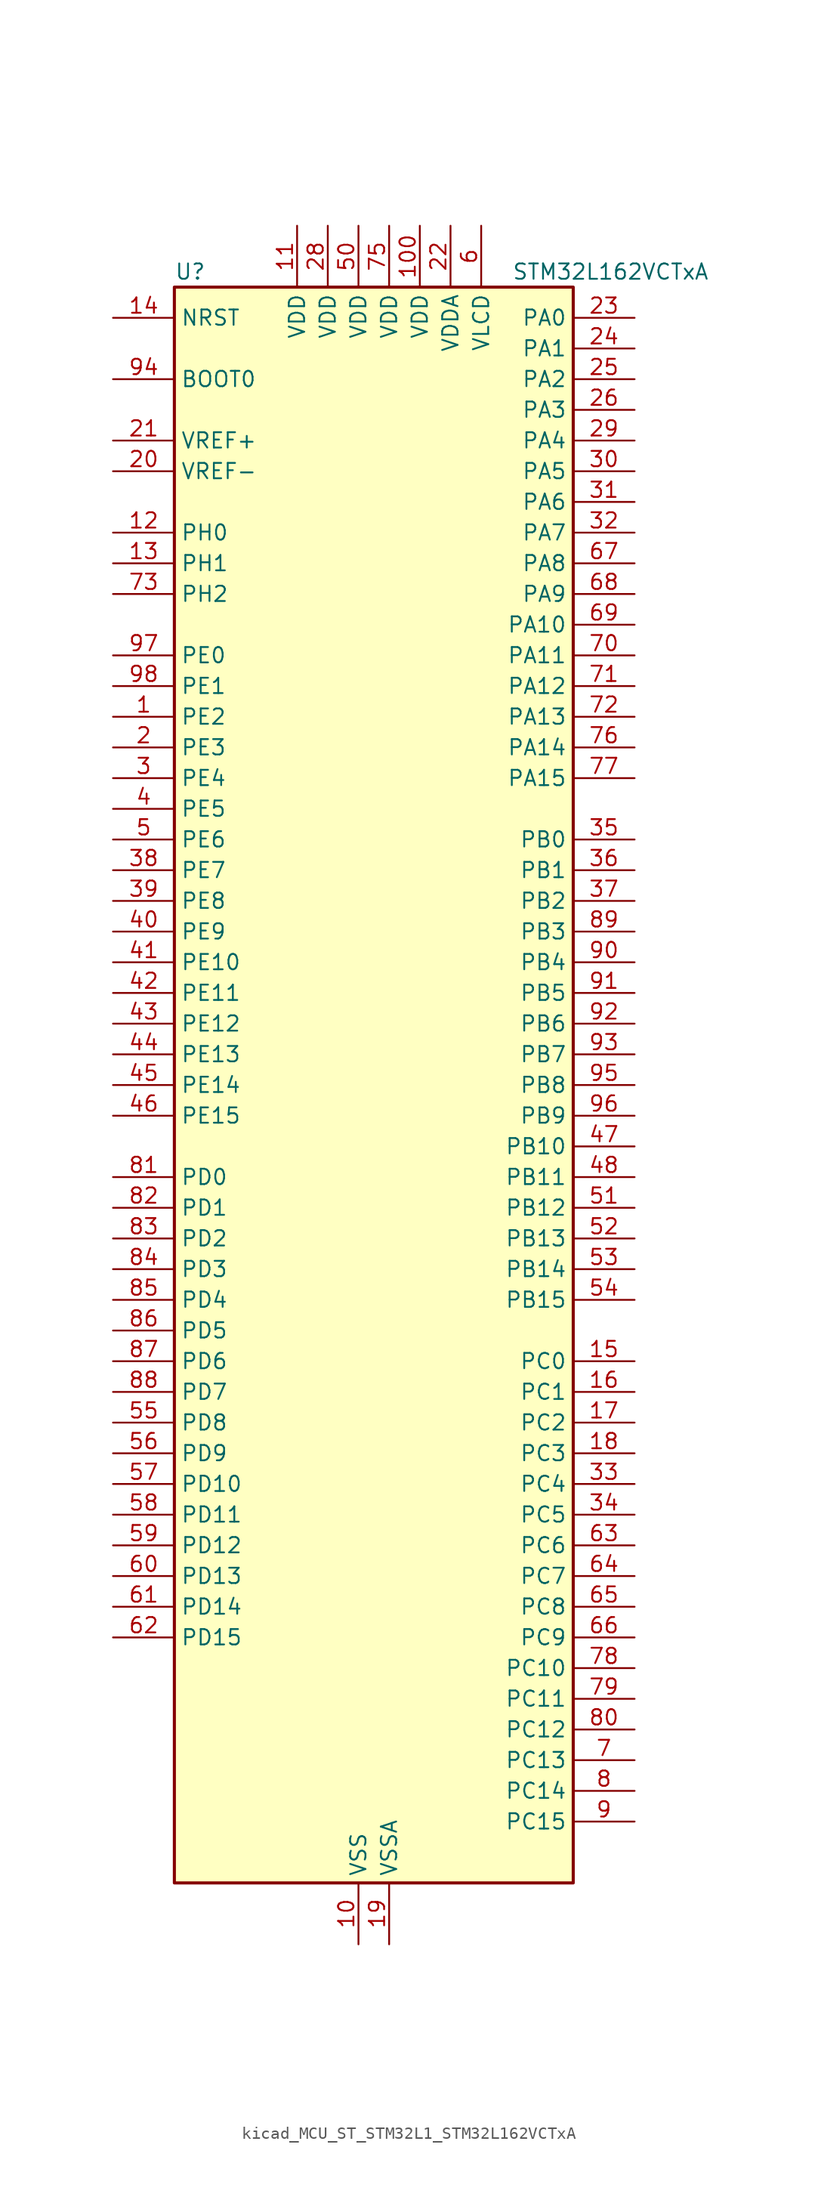
<source format=kicad_sym>
(kicad_symbol_lib
  (version 20220914)
  (generator kicad_symbol_editor)
  (symbol "kicad_MCU_ST_STM32L1_STM32L162VCTxA"
    (property "Reference" "U"
      (at -15.24 67.31 0)
      (effects (font (size 1.27 1.27)) (justify left)))
    (property "Value" "STM32L162VCTxA"
      (at 12.7 67.31 0)
      (effects (font (size 1.27 1.27)) (justify left)))
    (property "ki_locked" ""
      (at 0 0 0)
      (effects (font (size 1.27 1.27))))
    (symbol "kicad_MCU_ST_STM32L1_STM32L162VCTxA_0_1"
      (rectangle (start -15.24 -66.04) (end 17.78 66.04) (stroke (width 0.254) (type default)) (fill (type background))))
    (symbol "kicad_MCU_ST_STM32L1_STM32L162VCTxA_1_1"
      (pin bidirectional line (at -20.32 30.48 0) (length 5.08) (name "PE2" (effects (font (size 1.27 1.27)))) (number "1" (effects (font (size 1.27 1.27)))) (alternate "LCD_SEG38" bidirectional line) (alternate "SYS_TRACECK" bidirectional line) (alternate "TIM3_ETR" bidirectional line) (alternate "TIMX_IC3" bidirectional line))
      (pin power_in line (at 0 -71.12 90) (length 5.08) (name "VSS" (effects (font (size 1.27 1.27)))) (number "10" (effects (font (size 1.27 1.27)))))
      (pin power_in line (at 5.08 71.12 270) (length 5.08) (name "VDD" (effects (font (size 1.27 1.27)))) (number "100" (effects (font (size 1.27 1.27)))))
      (pin power_in line (at -5.08 71.12 270) (length 5.08) (name "VDD" (effects (font (size 1.27 1.27)))) (number "11" (effects (font (size 1.27 1.27)))))
      (pin bidirectional line (at -20.32 45.72 0) (length 5.08) (name "PH0" (effects (font (size 1.27 1.27)))) (number "12" (effects (font (size 1.27 1.27)))) (alternate "RCC_OSC_IN" bidirectional line))
      (pin bidirectional line (at -20.32 43.18 0) (length 5.08) (name "PH1" (effects (font (size 1.27 1.27)))) (number "13" (effects (font (size 1.27 1.27)))) (alternate "RCC_OSC_OUT" bidirectional line))
      (pin input line (at -20.32 63.5 0) (length 5.08) (name "NRST" (effects (font (size 1.27 1.27)))) (number "14" (effects (font (size 1.27 1.27)))))
      (pin bidirectional line (at 22.86 -22.86 180) (length 5.08) (name "PC0" (effects (font (size 1.27 1.27)))) (number "15" (effects (font (size 1.27 1.27)))) (alternate "ADC_IN10" bidirectional line) (alternate "COMP1_INP" bidirectional line) (alternate "LCD_SEG18" bidirectional line) (alternate "TIMX_IC1" bidirectional line) (alternate "TS_G8_IO1" bidirectional line))
      (pin bidirectional line (at 22.86 -25.4 180) (length 5.08) (name "PC1" (effects (font (size 1.27 1.27)))) (number "16" (effects (font (size 1.27 1.27)))) (alternate "ADC_IN11" bidirectional line) (alternate "COMP1_INP" bidirectional line) (alternate "LCD_SEG19" bidirectional line) (alternate "TIMX_IC2" bidirectional line) (alternate "TS_G8_IO2" bidirectional line))
      (pin bidirectional line (at 22.86 -27.94 180) (length 5.08) (name "PC2" (effects (font (size 1.27 1.27)))) (number "17" (effects (font (size 1.27 1.27)))) (alternate "ADC_IN12" bidirectional line) (alternate "COMP1_INP" bidirectional line) (alternate "LCD_SEG20" bidirectional line) (alternate "TIMX_IC3" bidirectional line) (alternate "TS_G8_IO3" bidirectional line))
      (pin bidirectional line (at 22.86 -30.48 180) (length 5.08) (name "PC3" (effects (font (size 1.27 1.27)))) (number "18" (effects (font (size 1.27 1.27)))) (alternate "ADC_IN13" bidirectional line) (alternate "COMP1_INP" bidirectional line) (alternate "LCD_SEG21" bidirectional line) (alternate "TIMX_IC4" bidirectional line) (alternate "TS_G8_IO4" bidirectional line))
      (pin power_in line (at 2.54 -71.12 90) (length 5.08) (name "VSSA" (effects (font (size 1.27 1.27)))) (number "19" (effects (font (size 1.27 1.27)))))
      (pin bidirectional line (at -20.32 27.94 0) (length 5.08) (name "PE3" (effects (font (size 1.27 1.27)))) (number "2" (effects (font (size 1.27 1.27)))) (alternate "LCD_SEG39" bidirectional line) (alternate "SYS_TRACED0" bidirectional line) (alternate "TIM3_CH1" bidirectional line) (alternate "TIMX_IC4" bidirectional line))
      (pin input line (at -20.32 50.8 0) (length 5.08) (name "VREF-" (effects (font (size 1.27 1.27)))) (number "20" (effects (font (size 1.27 1.27)))))
      (pin input line (at -20.32 53.34 0) (length 5.08) (name "VREF+" (effects (font (size 1.27 1.27)))) (number "21" (effects (font (size 1.27 1.27)))))
      (pin power_in line (at 7.62 71.12 270) (length 5.08) (name "VDDA" (effects (font (size 1.27 1.27)))) (number "22" (effects (font (size 1.27 1.27)))))
      (pin bidirectional line (at 22.86 63.5 180) (length 5.08) (name "PA0" (effects (font (size 1.27 1.27)))) (number "23" (effects (font (size 1.27 1.27)))) (alternate "ADC_IN0" bidirectional line) (alternate "COMP1_INP" bidirectional line) (alternate "RTC_TAMP2" bidirectional line) (alternate "SYS_WKUP1" bidirectional line) (alternate "TIM2_CH1" bidirectional line) (alternate "TIM2_ETR" bidirectional line) (alternate "TIM5_CH1" bidirectional line) (alternate "TIMX_IC1" bidirectional line) (alternate "TS_G1_IO1" bidirectional line) (alternate "USART2_CTS" bidirectional line))
      (pin bidirectional line (at 22.86 60.96 180) (length 5.08) (name "PA1" (effects (font (size 1.27 1.27)))) (number "24" (effects (font (size 1.27 1.27)))) (alternate "ADC_IN1" bidirectional line) (alternate "COMP1_INP" bidirectional line) (alternate "LCD_SEG0" bidirectional line) (alternate "OPAMP1_VINP" bidirectional line) (alternate "TIM2_CH2" bidirectional line) (alternate "TIM5_CH2" bidirectional line) (alternate "TIMX_IC2" bidirectional line) (alternate "TS_G1_IO2" bidirectional line) (alternate "USART2_RTS" bidirectional line))
      (pin bidirectional line (at 22.86 58.42 180) (length 5.08) (name "PA2" (effects (font (size 1.27 1.27)))) (number "25" (effects (font (size 1.27 1.27)))) (alternate "ADC_IN2" bidirectional line) (alternate "COMP1_INP" bidirectional line) (alternate "LCD_SEG1" bidirectional line) (alternate "OPAMP1_VINM" bidirectional line) (alternate "TIM2_CH3" bidirectional line) (alternate "TIM5_CH3" bidirectional line) (alternate "TIM9_CH1" bidirectional line) (alternate "TIMX_IC3" bidirectional line) (alternate "TS_G1_IO3" bidirectional line) (alternate "USART2_TX" bidirectional line))
      (pin bidirectional line (at 22.86 55.88 180) (length 5.08) (name "PA3" (effects (font (size 1.27 1.27)))) (number "26" (effects (font (size 1.27 1.27)))) (alternate "ADC_IN3" bidirectional line) (alternate "COMP1_INP" bidirectional line) (alternate "LCD_SEG2" bidirectional line) (alternate "OPAMP1_VOUT" bidirectional line) (alternate "TIM2_CH4" bidirectional line) (alternate "TIM5_CH4" bidirectional line) (alternate "TIM9_CH2" bidirectional line) (alternate "TIMX_IC4" bidirectional line) (alternate "TS_G1_IO4" bidirectional line) (alternate "USART2_RX" bidirectional line))
      (pin passive line (at 0 -71.12 90) (length 5.08) hide (name "VSS" (effects (font (size 1.27 1.27)))) (number "27" (effects (font (size 1.27 1.27)))))
      (pin power_in line (at -2.54 71.12 270) (length 5.08) (name "VDD" (effects (font (size 1.27 1.27)))) (number "28" (effects (font (size 1.27 1.27)))))
      (pin bidirectional line (at 22.86 53.34 180) (length 5.08) (name "PA4" (effects (font (size 1.27 1.27)))) (number "29" (effects (font (size 1.27 1.27)))) (alternate "ADC_IN4" bidirectional line) (alternate "COMP1_INP" bidirectional line) (alternate "DAC_OUT1" bidirectional line) (alternate "I2S3_WS" bidirectional line) (alternate "SPI1_NSS" bidirectional line) (alternate "SPI3_NSS" bidirectional line) (alternate "TIMX_IC1" bidirectional line) (alternate "USART2_CK" bidirectional line))
      (pin bidirectional line (at -20.32 25.4 0) (length 5.08) (name "PE4" (effects (font (size 1.27 1.27)))) (number "3" (effects (font (size 1.27 1.27)))) (alternate "SYS_TRACED1" bidirectional line) (alternate "TIM3_CH2" bidirectional line) (alternate "TIMX_IC1" bidirectional line))
      (pin bidirectional line (at 22.86 50.8 180) (length 5.08) (name "PA5" (effects (font (size 1.27 1.27)))) (number "30" (effects (font (size 1.27 1.27)))) (alternate "ADC_IN5" bidirectional line) (alternate "COMP1_INP" bidirectional line) (alternate "DAC_OUT2" bidirectional line) (alternate "SPI1_SCK" bidirectional line) (alternate "TIM2_CH1" bidirectional line) (alternate "TIM2_ETR" bidirectional line) (alternate "TIMX_IC2" bidirectional line))
      (pin bidirectional line (at 22.86 48.26 180) (length 5.08) (name "PA6" (effects (font (size 1.27 1.27)))) (number "31" (effects (font (size 1.27 1.27)))) (alternate "ADC_IN6" bidirectional line) (alternate "COMP1_INP" bidirectional line) (alternate "LCD_SEG3" bidirectional line) (alternate "OPAMP2_VINP" bidirectional line) (alternate "SPI1_MISO" bidirectional line) (alternate "TIM10_CH1" bidirectional line) (alternate "TIM3_CH1" bidirectional line) (alternate "TIMX_IC3" bidirectional line) (alternate "TS_G2_IO1" bidirectional line))
      (pin bidirectional line (at 22.86 45.72 180) (length 5.08) (name "PA7" (effects (font (size 1.27 1.27)))) (number "32" (effects (font (size 1.27 1.27)))) (alternate "ADC_IN7" bidirectional line) (alternate "COMP1_INP" bidirectional line) (alternate "LCD_SEG4" bidirectional line) (alternate "OPAMP2_VINM" bidirectional line) (alternate "SPI1_MOSI" bidirectional line) (alternate "TIM11_CH1" bidirectional line) (alternate "TIM3_CH2" bidirectional line) (alternate "TIMX_IC4" bidirectional line) (alternate "TS_G2_IO2" bidirectional line))
      (pin bidirectional line (at 22.86 -33.02 180) (length 5.08) (name "PC4" (effects (font (size 1.27 1.27)))) (number "33" (effects (font (size 1.27 1.27)))) (alternate "ADC_IN14" bidirectional line) (alternate "COMP1_INP" bidirectional line) (alternate "LCD_SEG22" bidirectional line) (alternate "TIMX_IC1" bidirectional line) (alternate "TS_G9_IO1" bidirectional line))
      (pin bidirectional line (at 22.86 -35.56 180) (length 5.08) (name "PC5" (effects (font (size 1.27 1.27)))) (number "34" (effects (font (size 1.27 1.27)))) (alternate "ADC_IN15" bidirectional line) (alternate "COMP1_INP" bidirectional line) (alternate "LCD_SEG23" bidirectional line) (alternate "TIMX_IC2" bidirectional line) (alternate "TS_G9_IO2" bidirectional line))
      (pin bidirectional line (at 22.86 20.32 180) (length 5.08) (name "PB0" (effects (font (size 1.27 1.27)))) (number "35" (effects (font (size 1.27 1.27)))) (alternate "ADC_IN8" bidirectional line) (alternate "COMP1_INP" bidirectional line) (alternate "LCD_SEG5" bidirectional line) (alternate "OPAMP2_VOUT" bidirectional line) (alternate "SYS_V_REF_OUT" bidirectional line) (alternate "TIM3_CH3" bidirectional line) (alternate "TS_G3_IO1" bidirectional line))
      (pin bidirectional line (at 22.86 17.78 180) (length 5.08) (name "PB1" (effects (font (size 1.27 1.27)))) (number "36" (effects (font (size 1.27 1.27)))) (alternate "ADC_IN9" bidirectional line) (alternate "COMP1_INP" bidirectional line) (alternate "LCD_SEG6" bidirectional line) (alternate "SYS_V_REF_OUT" bidirectional line) (alternate "TIM3_CH4" bidirectional line) (alternate "TS_G3_IO2" bidirectional line))
      (pin bidirectional line (at 22.86 15.24 180) (length 5.08) (name "PB2" (effects (font (size 1.27 1.27)))) (number "37" (effects (font (size 1.27 1.27)))) (alternate "TS_G3_IO3" bidirectional line))
      (pin bidirectional line (at -20.32 17.78 0) (length 5.08) (name "PE7" (effects (font (size 1.27 1.27)))) (number "38" (effects (font (size 1.27 1.27)))) (alternate "ADC_IN22" bidirectional line) (alternate "COMP1_INP" bidirectional line) (alternate "TIMX_IC4" bidirectional line))
      (pin bidirectional line (at -20.32 15.24 0) (length 5.08) (name "PE8" (effects (font (size 1.27 1.27)))) (number "39" (effects (font (size 1.27 1.27)))) (alternate "ADC_IN23" bidirectional line) (alternate "COMP1_INP" bidirectional line) (alternate "TIMX_IC1" bidirectional line))
      (pin bidirectional line (at -20.32 22.86 0) (length 5.08) (name "PE5" (effects (font (size 1.27 1.27)))) (number "4" (effects (font (size 1.27 1.27)))) (alternate "SYS_TRACED2" bidirectional line) (alternate "TIM9_CH1" bidirectional line) (alternate "TIMX_IC2" bidirectional line))
      (pin bidirectional line (at -20.32 12.7 0) (length 5.08) (name "PE9" (effects (font (size 1.27 1.27)))) (number "40" (effects (font (size 1.27 1.27)))) (alternate "ADC_IN24" bidirectional line) (alternate "COMP1_INP" bidirectional line) (alternate "DAC_EXTI9" bidirectional line) (alternate "TIM2_CH1" bidirectional line) (alternate "TIM2_ETR" bidirectional line) (alternate "TIMX_IC2" bidirectional line))
      (pin bidirectional line (at -20.32 10.16 0) (length 5.08) (name "PE10" (effects (font (size 1.27 1.27)))) (number "41" (effects (font (size 1.27 1.27)))) (alternate "ADC_IN25" bidirectional line) (alternate "COMP1_INP" bidirectional line) (alternate "TIM2_CH2" bidirectional line) (alternate "TIMX_IC3" bidirectional line))
      (pin bidirectional line (at -20.32 7.62 0) (length 5.08) (name "PE11" (effects (font (size 1.27 1.27)))) (number "42" (effects (font (size 1.27 1.27)))) (alternate "ADC_EXTI11" bidirectional line) (alternate "TIM2_CH3" bidirectional line) (alternate "TIMX_IC4" bidirectional line))
      (pin bidirectional line (at -20.32 5.08 0) (length 5.08) (name "PE12" (effects (font (size 1.27 1.27)))) (number "43" (effects (font (size 1.27 1.27)))) (alternate "SPI1_NSS" bidirectional line) (alternate "TIM2_CH4" bidirectional line) (alternate "TIMX_IC1" bidirectional line))
      (pin bidirectional line (at -20.32 2.54 0) (length 5.08) (name "PE13" (effects (font (size 1.27 1.27)))) (number "44" (effects (font (size 1.27 1.27)))) (alternate "SPI1_SCK" bidirectional line) (alternate "TIMX_IC2" bidirectional line))
      (pin bidirectional line (at -20.32 0 0) (length 5.08) (name "PE14" (effects (font (size 1.27 1.27)))) (number "45" (effects (font (size 1.27 1.27)))) (alternate "SPI1_MISO" bidirectional line) (alternate "TIMX_IC3" bidirectional line))
      (pin bidirectional line (at -20.32 -2.54 0) (length 5.08) (name "PE15" (effects (font (size 1.27 1.27)))) (number "46" (effects (font (size 1.27 1.27)))) (alternate "ADC_EXTI15" bidirectional line) (alternate "SPI1_MOSI" bidirectional line) (alternate "TIMX_IC4" bidirectional line))
      (pin bidirectional line (at 22.86 -5.08 180) (length 5.08) (name "PB10" (effects (font (size 1.27 1.27)))) (number "47" (effects (font (size 1.27 1.27)))) (alternate "I2C2_SCL" bidirectional line) (alternate "LCD_SEG10" bidirectional line) (alternate "TIM2_CH3" bidirectional line) (alternate "USART3_TX" bidirectional line))
      (pin bidirectional line (at 22.86 -7.62 180) (length 5.08) (name "PB11" (effects (font (size 1.27 1.27)))) (number "48" (effects (font (size 1.27 1.27)))) (alternate "ADC_EXTI11" bidirectional line) (alternate "I2C2_SDA" bidirectional line) (alternate "LCD_SEG11" bidirectional line) (alternate "TIM2_CH4" bidirectional line) (alternate "USART3_RX" bidirectional line))
      (pin passive line (at 0 -71.12 90) (length 5.08) hide (name "VSS" (effects (font (size 1.27 1.27)))) (number "49" (effects (font (size 1.27 1.27)))))
      (pin bidirectional line (at -20.32 20.32 0) (length 5.08) (name "PE6" (effects (font (size 1.27 1.27)))) (number "5" (effects (font (size 1.27 1.27)))) (alternate "RTC_TAMP3" bidirectional line) (alternate "SYS_TRACED3" bidirectional line) (alternate "SYS_WKUP3" bidirectional line) (alternate "TIM9_CH2" bidirectional line) (alternate "TIMX_IC3" bidirectional line))
      (pin power_in line (at 0 71.12 270) (length 5.08) (name "VDD" (effects (font (size 1.27 1.27)))) (number "50" (effects (font (size 1.27 1.27)))))
      (pin bidirectional line (at 22.86 -10.16 180) (length 5.08) (name "PB12" (effects (font (size 1.27 1.27)))) (number "51" (effects (font (size 1.27 1.27)))) (alternate "ADC_IN18" bidirectional line) (alternate "COMP1_INP" bidirectional line) (alternate "I2C2_SMBA" bidirectional line) (alternate "I2S2_WS" bidirectional line) (alternate "LCD_SEG12" bidirectional line) (alternate "SPI2_NSS" bidirectional line) (alternate "TIM10_CH1" bidirectional line) (alternate "TS_G7_IO1" bidirectional line) (alternate "USART3_CK" bidirectional line))
      (pin bidirectional line (at 22.86 -12.7 180) (length 5.08) (name "PB13" (effects (font (size 1.27 1.27)))) (number "52" (effects (font (size 1.27 1.27)))) (alternate "ADC_IN19" bidirectional line) (alternate "COMP1_INP" bidirectional line) (alternate "I2S2_CK" bidirectional line) (alternate "LCD_SEG13" bidirectional line) (alternate "SPI2_SCK" bidirectional line) (alternate "TIM9_CH1" bidirectional line) (alternate "TS_G7_IO2" bidirectional line) (alternate "USART3_CTS" bidirectional line))
      (pin bidirectional line (at 22.86 -15.24 180) (length 5.08) (name "PB14" (effects (font (size 1.27 1.27)))) (number "53" (effects (font (size 1.27 1.27)))) (alternate "ADC_IN20" bidirectional line) (alternate "COMP1_INP" bidirectional line) (alternate "LCD_SEG14" bidirectional line) (alternate "SPI2_MISO" bidirectional line) (alternate "TIM9_CH2" bidirectional line) (alternate "TS_G7_IO3" bidirectional line) (alternate "USART3_RTS" bidirectional line))
      (pin bidirectional line (at 22.86 -17.78 180) (length 5.08) (name "PB15" (effects (font (size 1.27 1.27)))) (number "54" (effects (font (size 1.27 1.27)))) (alternate "ADC_EXTI15" bidirectional line) (alternate "ADC_IN21" bidirectional line) (alternate "COMP1_INP" bidirectional line) (alternate "I2S2_SD" bidirectional line) (alternate "LCD_SEG15" bidirectional line) (alternate "RTC_REFIN" bidirectional line) (alternate "SPI2_MOSI" bidirectional line) (alternate "TIM11_CH1" bidirectional line) (alternate "TS_G7_IO4" bidirectional line))
      (pin bidirectional line (at -20.32 -27.94 0) (length 5.08) (name "PD8" (effects (font (size 1.27 1.27)))) (number "55" (effects (font (size 1.27 1.27)))) (alternate "LCD_SEG28" bidirectional line) (alternate "TIMX_IC1" bidirectional line) (alternate "USART3_TX" bidirectional line))
      (pin bidirectional line (at -20.32 -30.48 0) (length 5.08) (name "PD9" (effects (font (size 1.27 1.27)))) (number "56" (effects (font (size 1.27 1.27)))) (alternate "DAC_EXTI9" bidirectional line) (alternate "LCD_SEG29" bidirectional line) (alternate "TIMX_IC2" bidirectional line) (alternate "USART3_RX" bidirectional line))
      (pin bidirectional line (at -20.32 -33.02 0) (length 5.08) (name "PD10" (effects (font (size 1.27 1.27)))) (number "57" (effects (font (size 1.27 1.27)))) (alternate "LCD_SEG30" bidirectional line) (alternate "TIMX_IC3" bidirectional line) (alternate "USART3_CK" bidirectional line))
      (pin bidirectional line (at -20.32 -35.56 0) (length 5.08) (name "PD11" (effects (font (size 1.27 1.27)))) (number "58" (effects (font (size 1.27 1.27)))) (alternate "ADC_EXTI11" bidirectional line) (alternate "LCD_SEG31" bidirectional line) (alternate "TIMX_IC4" bidirectional line) (alternate "USART3_CTS" bidirectional line))
      (pin bidirectional line (at -20.32 -38.1 0) (length 5.08) (name "PD12" (effects (font (size 1.27 1.27)))) (number "59" (effects (font (size 1.27 1.27)))) (alternate "LCD_SEG32" bidirectional line) (alternate "TIM4_CH1" bidirectional line) (alternate "TIMX_IC1" bidirectional line) (alternate "USART3_RTS" bidirectional line))
      (pin power_in line (at 10.16 71.12 270) (length 5.08) (name "VLCD" (effects (font (size 1.27 1.27)))) (number "6" (effects (font (size 1.27 1.27)))))
      (pin bidirectional line (at -20.32 -40.64 0) (length 5.08) (name "PD13" (effects (font (size 1.27 1.27)))) (number "60" (effects (font (size 1.27 1.27)))) (alternate "LCD_SEG33" bidirectional line) (alternate "TIM4_CH2" bidirectional line) (alternate "TIMX_IC2" bidirectional line))
      (pin bidirectional line (at -20.32 -43.18 0) (length 5.08) (name "PD14" (effects (font (size 1.27 1.27)))) (number "61" (effects (font (size 1.27 1.27)))) (alternate "LCD_SEG34" bidirectional line) (alternate "TIM4_CH3" bidirectional line) (alternate "TIMX_IC3" bidirectional line))
      (pin bidirectional line (at -20.32 -45.72 0) (length 5.08) (name "PD15" (effects (font (size 1.27 1.27)))) (number "62" (effects (font (size 1.27 1.27)))) (alternate "ADC_EXTI15" bidirectional line) (alternate "LCD_SEG35" bidirectional line) (alternate "TIM4_CH4" bidirectional line) (alternate "TIMX_IC4" bidirectional line))
      (pin bidirectional line (at 22.86 -38.1 180) (length 5.08) (name "PC6" (effects (font (size 1.27 1.27)))) (number "63" (effects (font (size 1.27 1.27)))) (alternate "I2S2_MCK" bidirectional line) (alternate "LCD_SEG24" bidirectional line) (alternate "TIM3_CH1" bidirectional line) (alternate "TIMX_IC3" bidirectional line) (alternate "TS_G10_IO1" bidirectional line))
      (pin bidirectional line (at 22.86 -40.64 180) (length 5.08) (name "PC7" (effects (font (size 1.27 1.27)))) (number "64" (effects (font (size 1.27 1.27)))) (alternate "I2S3_MCK" bidirectional line) (alternate "LCD_SEG25" bidirectional line) (alternate "TIM3_CH2" bidirectional line) (alternate "TIMX_IC4" bidirectional line) (alternate "TS_G10_IO2" bidirectional line))
      (pin bidirectional line (at 22.86 -43.18 180) (length 5.08) (name "PC8" (effects (font (size 1.27 1.27)))) (number "65" (effects (font (size 1.27 1.27)))) (alternate "LCD_SEG26" bidirectional line) (alternate "TIM3_CH3" bidirectional line) (alternate "TIMX_IC1" bidirectional line) (alternate "TS_G10_IO3" bidirectional line))
      (pin bidirectional line (at 22.86 -45.72 180) (length 5.08) (name "PC9" (effects (font (size 1.27 1.27)))) (number "66" (effects (font (size 1.27 1.27)))) (alternate "DAC_EXTI9" bidirectional line) (alternate "LCD_SEG27" bidirectional line) (alternate "TIM3_CH4" bidirectional line) (alternate "TIMX_IC2" bidirectional line) (alternate "TS_G10_IO4" bidirectional line))
      (pin bidirectional line (at 22.86 43.18 180) (length 5.08) (name "PA8" (effects (font (size 1.27 1.27)))) (number "67" (effects (font (size 1.27 1.27)))) (alternate "LCD_COM0" bidirectional line) (alternate "RCC_MCO" bidirectional line) (alternate "TIMX_IC1" bidirectional line) (alternate "TS_G4_IO1" bidirectional line) (alternate "USART1_CK" bidirectional line))
      (pin bidirectional line (at 22.86 40.64 180) (length 5.08) (name "PA9" (effects (font (size 1.27 1.27)))) (number "68" (effects (font (size 1.27 1.27)))) (alternate "DAC_EXTI9" bidirectional line) (alternate "LCD_COM1" bidirectional line) (alternate "TIMX_IC2" bidirectional line) (alternate "TS_G4_IO2" bidirectional line) (alternate "USART1_TX" bidirectional line))
      (pin bidirectional line (at 22.86 38.1 180) (length 5.08) (name "PA10" (effects (font (size 1.27 1.27)))) (number "69" (effects (font (size 1.27 1.27)))) (alternate "LCD_COM2" bidirectional line) (alternate "TIMX_IC3" bidirectional line) (alternate "TS_G4_IO3" bidirectional line) (alternate "USART1_RX" bidirectional line))
      (pin bidirectional line (at 22.86 -55.88 180) (length 5.08) (name "PC13" (effects (font (size 1.27 1.27)))) (number "7" (effects (font (size 1.27 1.27)))) (alternate "RTC_OUT_ALARM" bidirectional line) (alternate "RTC_OUT_CALIB" bidirectional line) (alternate "RTC_TAMP1" bidirectional line) (alternate "RTC_TS" bidirectional line) (alternate "SYS_WKUP2" bidirectional line) (alternate "TIMX_IC2" bidirectional line))
      (pin bidirectional line (at 22.86 35.56 180) (length 5.08) (name "PA11" (effects (font (size 1.27 1.27)))) (number "70" (effects (font (size 1.27 1.27)))) (alternate "ADC_EXTI11" bidirectional line) (alternate "SPI1_MISO" bidirectional line) (alternate "TIMX_IC4" bidirectional line) (alternate "USART1_CTS" bidirectional line) (alternate "USB_DM" bidirectional line))
      (pin bidirectional line (at 22.86 33.02 180) (length 5.08) (name "PA12" (effects (font (size 1.27 1.27)))) (number "71" (effects (font (size 1.27 1.27)))) (alternate "SPI1_MOSI" bidirectional line) (alternate "TIMX_IC1" bidirectional line) (alternate "USART1_RTS" bidirectional line) (alternate "USB_DP" bidirectional line))
      (pin bidirectional line (at 22.86 30.48 180) (length 5.08) (name "PA13" (effects (font (size 1.27 1.27)))) (number "72" (effects (font (size 1.27 1.27)))) (alternate "SYS_JTMS-SWDIO" bidirectional line) (alternate "TIMX_IC2" bidirectional line) (alternate "TS_G5_IO1" bidirectional line))
      (pin bidirectional line (at -20.32 40.64 0) (length 5.08) (name "PH2" (effects (font (size 1.27 1.27)))) (number "73" (effects (font (size 1.27 1.27)))))
      (pin passive line (at 0 -71.12 90) (length 5.08) hide (name "VSS" (effects (font (size 1.27 1.27)))) (number "74" (effects (font (size 1.27 1.27)))))
      (pin power_in line (at 2.54 71.12 270) (length 5.08) (name "VDD" (effects (font (size 1.27 1.27)))) (number "75" (effects (font (size 1.27 1.27)))))
      (pin bidirectional line (at 22.86 27.94 180) (length 5.08) (name "PA14" (effects (font (size 1.27 1.27)))) (number "76" (effects (font (size 1.27 1.27)))) (alternate "SYS_JTCK-SWCLK" bidirectional line) (alternate "TIMX_IC3" bidirectional line) (alternate "TS_G5_IO2" bidirectional line))
      (pin bidirectional line (at 22.86 25.4 180) (length 5.08) (name "PA15" (effects (font (size 1.27 1.27)))) (number "77" (effects (font (size 1.27 1.27)))) (alternate "ADC_EXTI15" bidirectional line) (alternate "I2S3_WS" bidirectional line) (alternate "LCD_SEG17" bidirectional line) (alternate "SPI1_NSS" bidirectional line) (alternate "SPI3_NSS" bidirectional line) (alternate "SYS_JTDI" bidirectional line) (alternate "TIM2_CH1" bidirectional line) (alternate "TIM2_ETR" bidirectional line) (alternate "TIMX_IC4" bidirectional line) (alternate "TS_G5_IO3" bidirectional line))
      (pin bidirectional line (at 22.86 -48.26 180) (length 5.08) (name "PC10" (effects (font (size 1.27 1.27)))) (number "78" (effects (font (size 1.27 1.27)))) (alternate "I2S3_CK" bidirectional line) (alternate "LCD_COM4" bidirectional line) (alternate "LCD_SEG28" bidirectional line) (alternate "LCD_SEG40" bidirectional line) (alternate "SPI3_SCK" bidirectional line) (alternate "TIMX_IC3" bidirectional line) (alternate "USART3_TX" bidirectional line))
      (pin bidirectional line (at 22.86 -50.8 180) (length 5.08) (name "PC11" (effects (font (size 1.27 1.27)))) (number "79" (effects (font (size 1.27 1.27)))) (alternate "ADC_EXTI11" bidirectional line) (alternate "LCD_COM5" bidirectional line) (alternate "LCD_SEG29" bidirectional line) (alternate "LCD_SEG41" bidirectional line) (alternate "SPI3_MISO" bidirectional line) (alternate "TIMX_IC4" bidirectional line) (alternate "USART3_RX" bidirectional line))
      (pin bidirectional line (at 22.86 -58.42 180) (length 5.08) (name "PC14" (effects (font (size 1.27 1.27)))) (number "8" (effects (font (size 1.27 1.27)))) (alternate "RCC_OSC32_IN" bidirectional line) (alternate "TIMX_IC3" bidirectional line))
      (pin bidirectional line (at 22.86 -53.34 180) (length 5.08) (name "PC12" (effects (font (size 1.27 1.27)))) (number "80" (effects (font (size 1.27 1.27)))) (alternate "I2S3_SD" bidirectional line) (alternate "LCD_COM6" bidirectional line) (alternate "LCD_SEG30" bidirectional line) (alternate "LCD_SEG42" bidirectional line) (alternate "SPI3_MOSI" bidirectional line) (alternate "TIMX_IC1" bidirectional line) (alternate "USART3_CK" bidirectional line))
      (pin bidirectional line (at -20.32 -7.62 0) (length 5.08) (name "PD0" (effects (font (size 1.27 1.27)))) (number "81" (effects (font (size 1.27 1.27)))) (alternate "I2S2_WS" bidirectional line) (alternate "SPI2_NSS" bidirectional line) (alternate "TIM9_CH1" bidirectional line) (alternate "TIMX_IC1" bidirectional line))
      (pin bidirectional line (at -20.32 -10.16 0) (length 5.08) (name "PD1" (effects (font (size 1.27 1.27)))) (number "82" (effects (font (size 1.27 1.27)))) (alternate "I2S2_CK" bidirectional line) (alternate "SPI2_SCK" bidirectional line) (alternate "TIMX_IC2" bidirectional line))
      (pin bidirectional line (at -20.32 -12.7 0) (length 5.08) (name "PD2" (effects (font (size 1.27 1.27)))) (number "83" (effects (font (size 1.27 1.27)))) (alternate "LCD_COM7" bidirectional line) (alternate "LCD_SEG31" bidirectional line) (alternate "LCD_SEG43" bidirectional line) (alternate "TIM3_ETR" bidirectional line) (alternate "TIMX_IC3" bidirectional line))
      (pin bidirectional line (at -20.32 -15.24 0) (length 5.08) (name "PD3" (effects (font (size 1.27 1.27)))) (number "84" (effects (font (size 1.27 1.27)))) (alternate "SPI2_MISO" bidirectional line) (alternate "TIMX_IC4" bidirectional line) (alternate "USART2_CTS" bidirectional line))
      (pin bidirectional line (at -20.32 -17.78 0) (length 5.08) (name "PD4" (effects (font (size 1.27 1.27)))) (number "85" (effects (font (size 1.27 1.27)))) (alternate "I2S2_SD" bidirectional line) (alternate "SPI2_MOSI" bidirectional line) (alternate "TIMX_IC1" bidirectional line) (alternate "USART2_RTS" bidirectional line))
      (pin bidirectional line (at -20.32 -20.32 0) (length 5.08) (name "PD5" (effects (font (size 1.27 1.27)))) (number "86" (effects (font (size 1.27 1.27)))) (alternate "TIMX_IC2" bidirectional line) (alternate "USART2_TX" bidirectional line))
      (pin bidirectional line (at -20.32 -22.86 0) (length 5.08) (name "PD6" (effects (font (size 1.27 1.27)))) (number "87" (effects (font (size 1.27 1.27)))) (alternate "TIMX_IC3" bidirectional line) (alternate "USART2_RX" bidirectional line))
      (pin bidirectional line (at -20.32 -25.4 0) (length 5.08) (name "PD7" (effects (font (size 1.27 1.27)))) (number "88" (effects (font (size 1.27 1.27)))) (alternate "TIM9_CH2" bidirectional line) (alternate "TIMX_IC4" bidirectional line) (alternate "USART2_CK" bidirectional line))
      (pin bidirectional line (at 22.86 12.7 180) (length 5.08) (name "PB3" (effects (font (size 1.27 1.27)))) (number "89" (effects (font (size 1.27 1.27)))) (alternate "COMP2_INM" bidirectional line) (alternate "I2S3_CK" bidirectional line) (alternate "LCD_SEG7" bidirectional line) (alternate "SPI1_SCK" bidirectional line) (alternate "SPI3_SCK" bidirectional line) (alternate "SYS_JTDO-TRACESWO" bidirectional line) (alternate "TIM2_CH2" bidirectional line))
      (pin bidirectional line (at 22.86 -60.96 180) (length 5.08) (name "PC15" (effects (font (size 1.27 1.27)))) (number "9" (effects (font (size 1.27 1.27)))) (alternate "ADC_EXTI15" bidirectional line) (alternate "RCC_OSC32_OUT" bidirectional line) (alternate "TIMX_IC4" bidirectional line))
      (pin bidirectional line (at 22.86 10.16 180) (length 5.08) (name "PB4" (effects (font (size 1.27 1.27)))) (number "90" (effects (font (size 1.27 1.27)))) (alternate "COMP2_INP" bidirectional line) (alternate "LCD_SEG8" bidirectional line) (alternate "SPI1_MISO" bidirectional line) (alternate "SPI3_MISO" bidirectional line) (alternate "SYS_JTRST" bidirectional line) (alternate "TIM3_CH1" bidirectional line) (alternate "TS_G6_IO1" bidirectional line))
      (pin bidirectional line (at 22.86 7.62 180) (length 5.08) (name "PB5" (effects (font (size 1.27 1.27)))) (number "91" (effects (font (size 1.27 1.27)))) (alternate "COMP2_INP" bidirectional line) (alternate "I2C1_SMBA" bidirectional line) (alternate "I2S3_SD" bidirectional line) (alternate "LCD_SEG9" bidirectional line) (alternate "SPI1_MOSI" bidirectional line) (alternate "SPI3_MOSI" bidirectional line) (alternate "TIM3_CH2" bidirectional line) (alternate "TS_G6_IO2" bidirectional line))
      (pin bidirectional line (at 22.86 5.08 180) (length 5.08) (name "PB6" (effects (font (size 1.27 1.27)))) (number "92" (effects (font (size 1.27 1.27)))) (alternate "COMP2_INP" bidirectional line) (alternate "I2C1_SCL" bidirectional line) (alternate "TIM4_CH1" bidirectional line) (alternate "TS_G6_IO3" bidirectional line) (alternate "USART1_TX" bidirectional line))
      (pin bidirectional line (at 22.86 2.54 180) (length 5.08) (name "PB7" (effects (font (size 1.27 1.27)))) (number "93" (effects (font (size 1.27 1.27)))) (alternate "COMP2_INP" bidirectional line) (alternate "I2C1_SDA" bidirectional line) (alternate "SYS_PVD_IN" bidirectional line) (alternate "TIM4_CH2" bidirectional line) (alternate "TS_G6_IO4" bidirectional line) (alternate "USART1_RX" bidirectional line))
      (pin input line (at -20.32 58.42 0) (length 5.08) (name "BOOT0" (effects (font (size 1.27 1.27)))) (number "94" (effects (font (size 1.27 1.27)))))
      (pin bidirectional line (at 22.86 0 180) (length 5.08) (name "PB8" (effects (font (size 1.27 1.27)))) (number "95" (effects (font (size 1.27 1.27)))) (alternate "I2C1_SCL" bidirectional line) (alternate "LCD_SEG16" bidirectional line) (alternate "TIM10_CH1" bidirectional line) (alternate "TIM4_CH3" bidirectional line))
      (pin bidirectional line (at 22.86 -2.54 180) (length 5.08) (name "PB9" (effects (font (size 1.27 1.27)))) (number "96" (effects (font (size 1.27 1.27)))) (alternate "DAC_EXTI9" bidirectional line) (alternate "I2C1_SDA" bidirectional line) (alternate "LCD_COM3" bidirectional line) (alternate "TIM11_CH1" bidirectional line) (alternate "TIM4_CH4" bidirectional line))
      (pin bidirectional line (at -20.32 35.56 0) (length 5.08) (name "PE0" (effects (font (size 1.27 1.27)))) (number "97" (effects (font (size 1.27 1.27)))) (alternate "LCD_SEG36" bidirectional line) (alternate "TIM10_CH1" bidirectional line) (alternate "TIM4_ETR" bidirectional line) (alternate "TIMX_IC1" bidirectional line))
      (pin bidirectional line (at -20.32 33.02 0) (length 5.08) (name "PE1" (effects (font (size 1.27 1.27)))) (number "98" (effects (font (size 1.27 1.27)))) (alternate "LCD_SEG37" bidirectional line) (alternate "TIM11_CH1" bidirectional line) (alternate "TIMX_IC2" bidirectional line))
      (pin passive line (at 0 -71.12 90) (length 5.08) hide (name "VSS" (effects (font (size 1.27 1.27)))) (number "99" (effects (font (size 1.27 1.27))))))))
</source>
